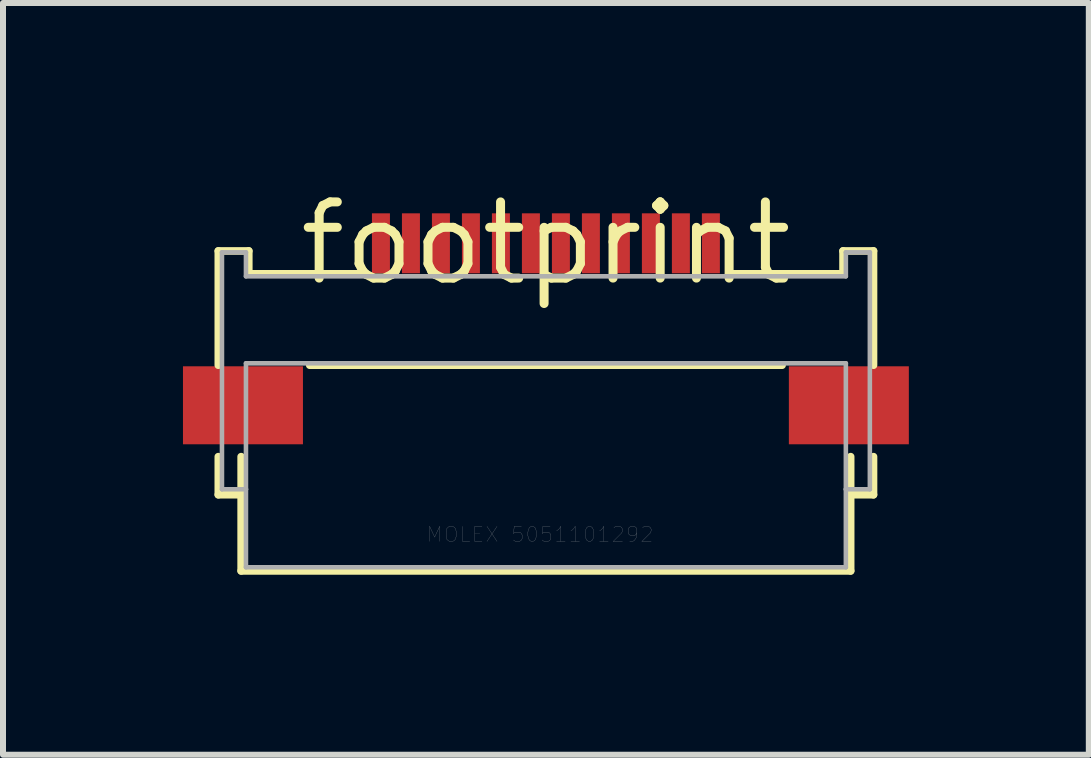
<source format=kicad_pcb>
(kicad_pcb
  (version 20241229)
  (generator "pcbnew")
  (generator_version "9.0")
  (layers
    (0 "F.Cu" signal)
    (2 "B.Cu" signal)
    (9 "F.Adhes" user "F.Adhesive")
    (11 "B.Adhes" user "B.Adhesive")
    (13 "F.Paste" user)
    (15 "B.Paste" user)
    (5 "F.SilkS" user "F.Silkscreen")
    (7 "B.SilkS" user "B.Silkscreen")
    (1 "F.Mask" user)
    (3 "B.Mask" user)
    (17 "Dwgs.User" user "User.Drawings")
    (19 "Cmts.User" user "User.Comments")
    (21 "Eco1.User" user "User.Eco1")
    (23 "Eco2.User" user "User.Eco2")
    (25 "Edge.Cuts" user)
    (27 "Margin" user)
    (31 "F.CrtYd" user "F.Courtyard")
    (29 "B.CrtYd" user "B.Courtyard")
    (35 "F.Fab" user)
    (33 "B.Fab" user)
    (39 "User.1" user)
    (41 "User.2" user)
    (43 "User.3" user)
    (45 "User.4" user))
  (footprint "footprint"
    (layer "F.Cu")
    (at 6.05 1.006)
    (property "Reference" "footprint" (at 0 0 0) (layer "F.SilkS") (effects (font (size 1.27 1.27) (thickness 0.15))))
    (fp_line (start -5.461 0.127) (end -4.953 0.127) (stroke (width 0.127) (type solid)) (layer "F.SilkS"))
    (fp_line (start -5.461 2.032) (end -5.461 0.127) (stroke (width 0.127) (type solid)) (layer "F.SilkS"))
    (fp_line (start -5.461 3.556) (end -5.461 4.191) (stroke (width 0.127) (type solid)) (layer "F.SilkS"))
    (fp_line (start -5.461 4.191) (end -5.08 4.191) (stroke (width 0.127) (type solid)) (layer "F.SilkS"))
    (fp_line (start -5.08 4.191) (end -5.08 3.556) (stroke (width 0.127) (type solid)) (layer "F.SilkS"))
    (fp_line (start -5.08 5.461) (end -5.08 4.191) (stroke (width 0.127) (type solid)) (layer "F.SilkS"))
    (fp_line (start -4.953 0.127) (end -4.953 0.508) (stroke (width 0.127) (type solid)) (layer "F.SilkS"))
    (fp_line (start -4.953 0.508) (end -3.048 0.508) (stroke (width 0.127) (type solid)) (layer "F.SilkS"))
    (fp_line (start -3.937 2.032) (end 3.937 2.032) (stroke (width 0.127) (type solid)) (layer "F.SilkS"))
    (fp_line (start 3.048 0.508) (end 4.953 0.508) (stroke (width 0.127) (type solid)) (layer "F.SilkS"))
    (fp_line (start 4.953 0.127) (end 5.461 0.127) (stroke (width 0.127) (type solid)) (layer "F.SilkS"))
    (fp_line (start 4.953 0.508) (end 4.953 0.127) (stroke (width 0.127) (type solid)) (layer "F.SilkS"))
    (fp_line (start 5.08 3.556) (end 5.08 5.461) (stroke (width 0.127) (type solid)) (layer "F.SilkS"))
    (fp_line (start 5.08 5.461) (end -5.08 5.461) (stroke (width 0.127) (type solid)) (layer "F.SilkS"))
    (fp_line (start 5.461 0.127) (end 5.461 2.032) (stroke (width 0.127) (type solid)) (layer "F.SilkS"))
    (fp_line (start 5.461 3.556) (end 5.461 4.191) (stroke (width 0.127) (type solid)) (layer "F.SilkS"))
    (fp_line (start 5.461 4.191) (end 5.08 4.191) (stroke (width 0.127) (type solid)) (layer "F.SilkS"))
    (fp_line (start -5.4 0.15) (end -5.4 4.1) (stroke (width 0.076) (type solid)) (layer "F.Fab"))
    (fp_line (start -5.4 0.15) (end -5 0.15) (stroke (width 0.076) (type solid)) (layer "F.Fab"))
    (fp_line (start -5.4 4.1) (end -5 4.1) (stroke (width 0.076) (type solid)) (layer "F.Fab"))
    (fp_line (start -5 0.15) (end -5 0.55) (stroke (width 0.076) (type solid)) (layer "F.Fab"))
    (fp_line (start -5 2) (end 5 2) (stroke (width 0.076) (type solid)) (layer "F.Fab"))
    (fp_line (start -5 4.1) (end -5 2) (stroke (width 0.076) (type solid)) (layer "F.Fab"))
    (fp_line (start -5 4.1) (end -5 5.4) (stroke (width 0.076) (type solid)) (layer "F.Fab"))
    (fp_line (start -5 5.4) (end 5 5.4) (stroke (width 0.076) (type solid)) (layer "F.Fab"))
    (fp_line (start 5 0.15) (end 5.4 0.15) (stroke (width 0.076) (type solid)) (layer "F.Fab"))
    (fp_line (start 5 0.55) (end -5 0.55) (stroke (width 0.076) (type solid)) (layer "F.Fab"))
    (fp_line (start 5 0.55) (end 5 0.15) (stroke (width 0.076) (type solid)) (layer "F.Fab"))
    (fp_line (start 5 2) (end 5 4.1) (stroke (width 0.076) (type solid)) (layer "F.Fab"))
    (fp_line (start 5 5.4) (end 5 4.1) (stroke (width 0.076) (type solid)) (layer "F.Fab"))
    (fp_line (start 5.4 0.15) (end 5.4 4.1) (stroke (width 0.076) (type solid)) (layer "F.Fab"))
    (fp_line (start 5.4 4.1) (end 5 4.1) (stroke (width 0.076) (type solid)) (layer "F.Fab"))
    (fp_text user "MOLEX 5051101292" (at -2 5 0) (layer "F.Fab") (effects (font (size 0.251 0.251) (thickness 0.003)) (justify left bottom)))
    (pad "P$1" smd rect (at -2.75 0 90) (size 1 0.3) (layers "F.Cu" "F.Mask" "F.Paste"))
    (pad "P$2" smd rect (at -2.25 0 90) (size 1 0.3) (layers "F.Cu" "F.Mask" "F.Paste"))
    (pad "P$3" smd rect (at -1.75 0 90) (size 1 0.3) (layers "F.Cu" "F.Mask" "F.Paste"))
    (pad "P$4" smd rect (at -1.25 0 90) (size 1 0.3) (layers "F.Cu" "F.Mask" "F.Paste"))
    (pad "P$5" smd rect (at -0.75 0 90) (size 1 0.3) (layers "F.Cu" "F.Mask" "F.Paste"))
    (pad "P$6" smd rect (at -0.25 0 90) (size 1 0.3) (layers "F.Cu" "F.Mask" "F.Paste"))
    (pad "P$7" smd rect (at 0.25 0 90) (size 1 0.3) (layers "F.Cu" "F.Mask" "F.Paste"))
    (pad "P$8" smd rect (at 0.75 0 90) (size 1 0.3) (layers "F.Cu" "F.Mask" "F.Paste"))
    (pad "P$9" smd rect (at 1.25 0 90) (size 1 0.3) (layers "F.Cu" "F.Mask" "F.Paste"))
    (pad "P$10" smd rect (at 1.75 0 90) (size 1 0.3) (layers "F.Cu" "F.Mask" "F.Paste"))
    (pad "P$11" smd rect (at 2.25 0 90) (size 1 0.3) (layers "F.Cu" "F.Mask" "F.Paste"))
    (pad "P$12" smd rect (at 2.75 0 90) (size 1 0.3) (layers "F.Cu" "F.Mask" "F.Paste"))
    (pad "P$13" smd rect (at -5.05 2.7 90) (size 1.3 2) (layers "F.Cu" "F.Mask" "F.Paste"))
    (pad "P$14" smd rect (at 5.05 2.7 90) (size 1.3 2) (layers "F.Cu" "F.Mask" "F.Paste")))
  (gr_rect
    (start -3 -3)
    (end 15.1 9.531)
    (stroke (width 0.1) (type default))
    (fill no)
    (layer "Edge.Cuts")))
</source>
